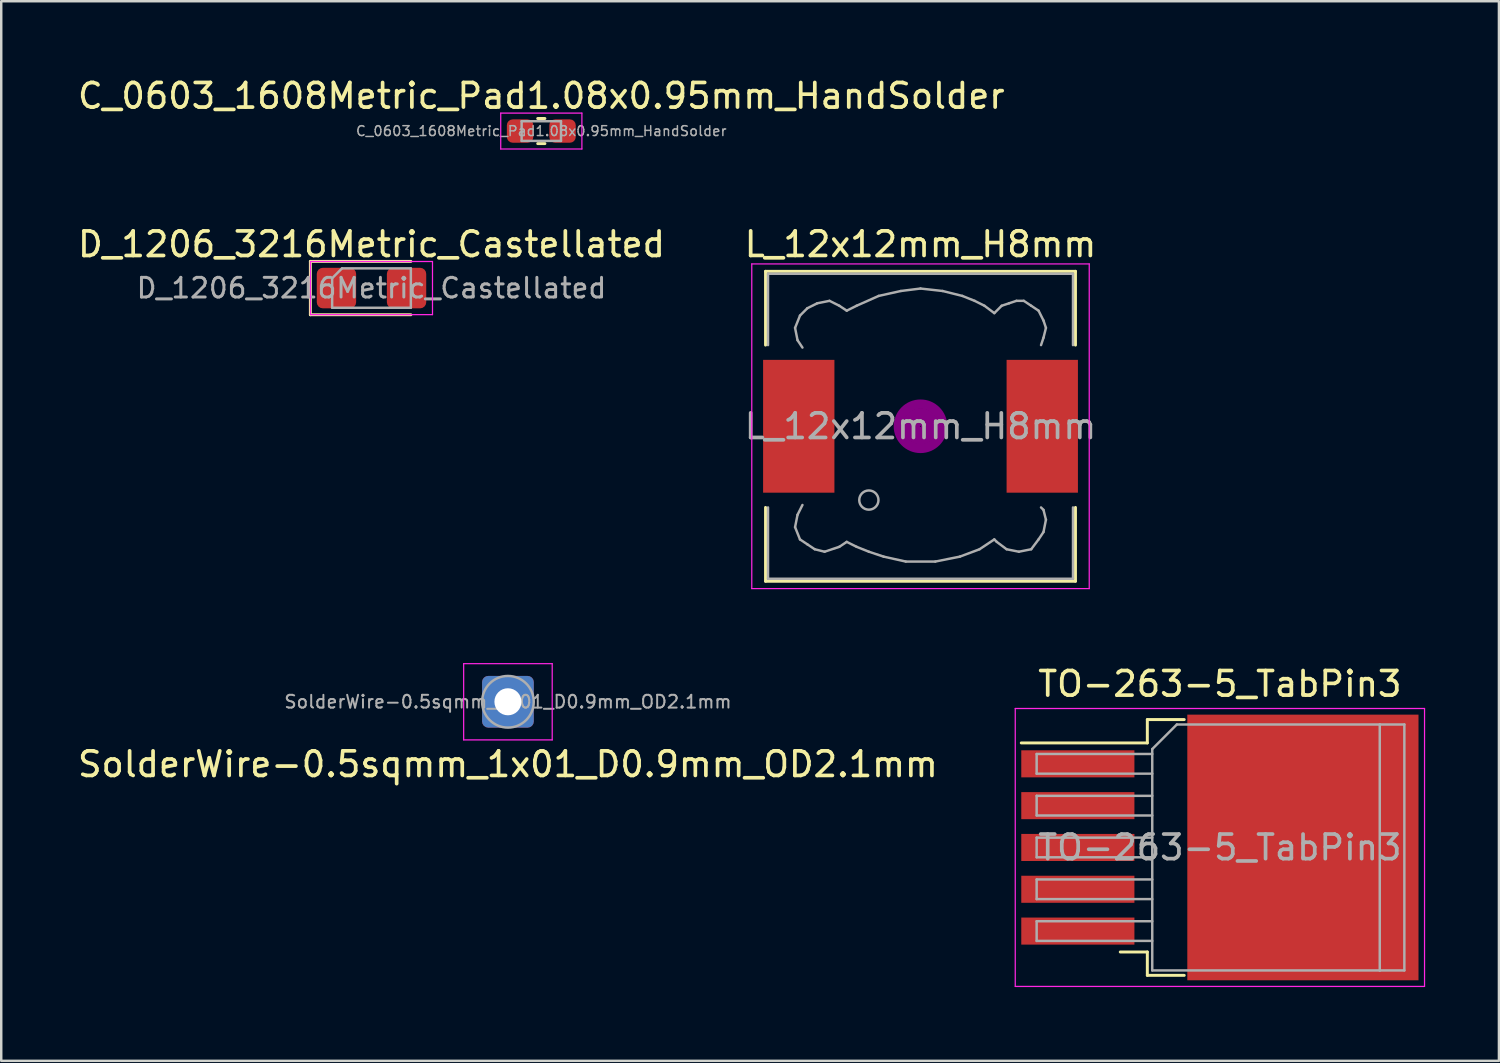
<source format=kicad_pcb>
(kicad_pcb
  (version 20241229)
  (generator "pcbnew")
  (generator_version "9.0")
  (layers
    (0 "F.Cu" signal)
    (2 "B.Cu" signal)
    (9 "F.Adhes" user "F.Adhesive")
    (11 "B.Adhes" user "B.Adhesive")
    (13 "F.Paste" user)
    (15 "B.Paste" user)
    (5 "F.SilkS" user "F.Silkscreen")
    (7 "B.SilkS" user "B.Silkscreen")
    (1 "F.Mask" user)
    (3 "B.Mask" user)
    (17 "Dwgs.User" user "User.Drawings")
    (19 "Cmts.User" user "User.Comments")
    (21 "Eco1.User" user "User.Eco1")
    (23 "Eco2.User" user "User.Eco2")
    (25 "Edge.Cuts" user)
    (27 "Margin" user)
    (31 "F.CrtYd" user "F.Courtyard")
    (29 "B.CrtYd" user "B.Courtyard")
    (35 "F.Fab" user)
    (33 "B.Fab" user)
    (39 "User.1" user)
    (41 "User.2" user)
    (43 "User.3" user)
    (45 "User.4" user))
  (footprint "TO-263-5_TabPin3"
    (layer "F.Cu")
    (at 46.547 31.405)
    (property "Reference" "TO-263-5_TabPin3" (at 0 -6.65 180) (layer "F.SilkS") (effects (font (size 1 1) (thickness 0.15))))
    (attr smd)
    (fp_line (start -2.95 -5.2) (end -2.95 -4.25) (stroke (width 0.12) (type solid)) (layer "F.SilkS"))
    (fp_line (start -2.95 -4.25) (end -8.075 -4.25) (stroke (width 0.12) (type solid)) (layer "F.SilkS"))
    (fp_line (start -2.95 4.25) (end -4.05 4.25) (stroke (width 0.12) (type solid)) (layer "F.SilkS"))
    (fp_line (start -2.95 5.2) (end -2.95 4.25) (stroke (width 0.12) (type solid)) (layer "F.SilkS"))
    (fp_line (start -1.45 -5.2) (end -2.95 -5.2) (stroke (width 0.12) (type solid)) (layer "F.SilkS"))
    (fp_line (start -1.45 5.2) (end -2.95 5.2) (stroke (width 0.12) (type solid)) (layer "F.SilkS"))
    (fp_line (start -8.32 -5.65) (end -8.32 5.65) (stroke (width 0.05) (type solid)) (layer "F.CrtYd"))
    (fp_line (start -8.32 5.65) (end 8.32 5.65) (stroke (width 0.05) (type solid)) (layer "F.CrtYd"))
    (fp_line (start 8.32 -5.65) (end -8.32 -5.65) (stroke (width 0.05) (type solid)) (layer "F.CrtYd"))
    (fp_line (start 8.32 5.65) (end 8.32 -5.65) (stroke (width 0.05) (type solid)) (layer "F.CrtYd"))
    (fp_line (start -7.45 -3.8) (end -7.45 -3) (stroke (width 0.1) (type solid)) (layer "F.Fab"))
    (fp_line (start -7.45 -3) (end -2.75 -3) (stroke (width 0.1) (type solid)) (layer "F.Fab"))
    (fp_line (start -7.45 -2.1) (end -7.45 -1.3) (stroke (width 0.1) (type solid)) (layer "F.Fab"))
    (fp_line (start -7.45 -1.3) (end -2.75 -1.3) (stroke (width 0.1) (type solid)) (layer "F.Fab"))
    (fp_line (start -7.45 -0.4) (end -7.45 0.4) (stroke (width 0.1) (type solid)) (layer "F.Fab"))
    (fp_line (start -7.45 0.4) (end -2.75 0.4) (stroke (width 0.1) (type solid)) (layer "F.Fab"))
    (fp_line (start -7.45 1.3) (end -7.45 2.1) (stroke (width 0.1) (type solid)) (layer "F.Fab"))
    (fp_line (start -7.45 2.1) (end -2.75 2.1) (stroke (width 0.1) (type solid)) (layer "F.Fab"))
    (fp_line (start -7.45 3) (end -7.45 3.8) (stroke (width 0.1) (type solid)) (layer "F.Fab"))
    (fp_line (start -7.45 3.8) (end -2.75 3.8) (stroke (width 0.1) (type solid)) (layer "F.Fab"))
    (fp_line (start -2.75 -4) (end -1.75 -5) (stroke (width 0.1) (type solid)) (layer "F.Fab"))
    (fp_line (start -2.75 -3.8) (end -7.45 -3.8) (stroke (width 0.1) (type solid)) (layer "F.Fab"))
    (fp_line (start -2.75 -2.1) (end -7.45 -2.1) (stroke (width 0.1) (type solid)) (layer "F.Fab"))
    (fp_line (start -2.75 -0.4) (end -7.45 -0.4) (stroke (width 0.1) (type solid)) (layer "F.Fab"))
    (fp_line (start -2.75 1.3) (end -7.45 1.3) (stroke (width 0.1) (type solid)) (layer "F.Fab"))
    (fp_line (start -2.75 3) (end -7.45 3) (stroke (width 0.1) (type solid)) (layer "F.Fab"))
    (fp_line (start -2.75 5) (end -2.75 -4) (stroke (width 0.1) (type solid)) (layer "F.Fab"))
    (fp_line (start -1.75 -5) (end 6.5 -5) (stroke (width 0.1) (type solid)) (layer "F.Fab"))
    (fp_line (start 6.5 -5) (end 6.5 5) (stroke (width 0.1) (type solid)) (layer "F.Fab"))
    (fp_line (start 6.5 -5) (end 7.5 -5) (stroke (width 0.1) (type solid)) (layer "F.Fab"))
    (fp_line (start 6.5 5) (end -2.75 5) (stroke (width 0.1) (type solid)) (layer "F.Fab"))
    (fp_line (start 7.5 -5) (end 7.5 5) (stroke (width 0.1) (type solid)) (layer "F.Fab"))
    (fp_line (start 7.5 5) (end 6.5 5) (stroke (width 0.1) (type solid)) (layer "F.Fab"))
    (fp_text user "${REFERENCE}" (at 0 0 180) (layer "F.Fab") (effects (font (size 1 1) (thickness 0.15))))
    (pad "" smd rect (at 0.95 -2.775) (size 4.55 5.25) (layers "F.Paste"))
    (pad "" smd rect (at 0.95 2.775) (size 4.55 5.25) (layers "F.Paste"))
    (pad "" smd rect (at 5.8 -2.775) (size 4.55 5.25) (layers "F.Paste"))
    (pad "" smd rect (at 5.8 2.775) (size 4.55 5.25) (layers "F.Paste"))
    (pad "1" smd rect (at -5.775 -3.4) (size 4.6 1.1) (layers "F.Cu" "F.Mask" "F.Paste"))
    (pad "2" smd rect (at -5.775 -1.7) (size 4.6 1.1) (layers "F.Cu" "F.Mask" "F.Paste"))
    (pad "3" smd rect (at -5.775 0) (size 4.6 1.1) (layers "F.Cu" "F.Mask" "F.Paste"))
    (pad "3" smd rect (at 3.375 0) (size 9.4 10.8) (layers "F.Cu" "F.Mask"))
    (pad "4" smd rect (at -5.775 1.7) (size 4.6 1.1) (layers "F.Cu" "F.Mask" "F.Paste"))
    (pad "5" smd rect (at -5.775 3.4) (size 4.6 1.1) (layers "F.Cu" "F.Mask" "F.Paste")))
  (footprint "SolderWire-0.5sqmm_1x01_D0.9mm_OD2.1mm"
    (layer "F.Cu")
    (at 17.601 25.482)
    (property "Reference" "SolderWire-0.5sqmm_1x01_D0.9mm_OD2.1mm" (at 0 2.54 0) (layer "F.SilkS") (effects (font (size 1 1) (thickness 0.15))))
    (attr exclude_from_pos_files exclude_from_bom)
    (fp_line (start -1.8 -1.55) (end -1.8 1.55) (stroke (width 0.05) (type solid)) (layer "F.CrtYd"))
    (fp_line (start -1.8 1.55) (end 1.8 1.55) (stroke (width 0.05) (type solid)) (layer "F.CrtYd"))
    (fp_line (start 1.8 -1.55) (end -1.8 -1.55) (stroke (width 0.05) (type solid)) (layer "F.CrtYd"))
    (fp_line (start 1.8 1.55) (end 1.8 -1.55) (stroke (width 0.05) (type solid)) (layer "F.CrtYd"))
    (fp_circle (center 0 0) (end 1.05 0) (stroke (width 0.1) (type solid)) (fill no) (layer "F.Fab"))
    (fp_text user "${REFERENCE}" (at 0 0 0) (layer "F.Fab") (effects (font (size 0.52 0.52) (thickness 0.08))))
    (pad "1" thru_hole roundrect (at 0 0) (size 2.1 2.1) (drill 1.1) (layers "*.Cu" "*.Mask") (roundrect_rratio 0.119)))
  (footprint "C_0603_1608Metric_Pad1.08x0.95mm_HandSolder"
    (layer "F.Cu")
    (at 18.958 2.278)
    (property "Reference" "C_0603_1608Metric_Pad1.08x0.95mm_HandSolder" (at 0 -1.43 0) (layer "F.SilkS") (effects (font (size 1 1) (thickness 0.15))))
    (attr smd)
    (fp_line (start -0.146 -0.51) (end 0.146 -0.51) (stroke (width 0.12) (type solid)) (layer "F.SilkS"))
    (fp_line (start -0.146 0.51) (end 0.146 0.51) (stroke (width 0.12) (type solid)) (layer "F.SilkS"))
    (fp_line (start -1.65 -0.73) (end 1.65 -0.73) (stroke (width 0.05) (type solid)) (layer "F.CrtYd"))
    (fp_line (start -1.65 0.73) (end -1.65 -0.73) (stroke (width 0.05) (type solid)) (layer "F.CrtYd"))
    (fp_line (start 1.65 -0.73) (end 1.65 0.73) (stroke (width 0.05) (type solid)) (layer "F.CrtYd"))
    (fp_line (start 1.65 0.73) (end -1.65 0.73) (stroke (width 0.05) (type solid)) (layer "F.CrtYd"))
    (fp_line (start -0.8 -0.4) (end 0.8 -0.4) (stroke (width 0.1) (type solid)) (layer "F.Fab"))
    (fp_line (start -0.8 0.4) (end -0.8 -0.4) (stroke (width 0.1) (type solid)) (layer "F.Fab"))
    (fp_line (start 0.8 -0.4) (end 0.8 0.4) (stroke (width 0.1) (type solid)) (layer "F.Fab"))
    (fp_line (start 0.8 0.4) (end -0.8 0.4) (stroke (width 0.1) (type solid)) (layer "F.Fab"))
    (fp_text user "${REFERENCE}" (at 0 0 0) (layer "F.Fab") (effects (font (size 0.4 0.4) (thickness 0.06))))
    (pad "1" smd roundrect (at -0.863 0) (size 1.075 0.95) (layers "F.Cu" "F.Mask" "F.Paste") (roundrect_rratio 0.25))
    (pad "2" smd roundrect (at 0.863 0) (size 1.075 0.95) (layers "F.Cu" "F.Mask" "F.Paste") (roundrect_rratio 0.25)))
  (footprint "L_12x12mm_H8mm"
    (layer "F.Cu")
    (at 34.375 14.281)
    (property "Reference" "L_12x12mm_H8mm" (at 0 -7.4 0) (layer "F.SilkS") (effects (font (size 1 1) (thickness 0.15))))
    (attr smd)
    (fp_line (start -6.3 -6.3) (end 6.3 -6.3) (stroke (width 0.12) (type solid)) (layer "F.SilkS"))
    (fp_line (start -6.3 -3.3) (end -6.3 -6.3) (stroke (width 0.12) (type solid)) (layer "F.SilkS"))
    (fp_line (start -6.3 6.3) (end -6.3 3.3) (stroke (width 0.12) (type solid)) (layer "F.SilkS"))
    (fp_line (start 6.3 -6.3) (end 6.3 -3.3) (stroke (width 0.12) (type solid)) (layer "F.SilkS"))
    (fp_line (start 6.3 3.3) (end 6.3 6.3) (stroke (width 0.12) (type solid)) (layer "F.SilkS"))
    (fp_line (start 6.3 6.3) (end -6.3 6.3) (stroke (width 0.12) (type solid)) (layer "F.SilkS"))
    (fp_circle (center 0 0) (end 0.15 0.15) (stroke (width 0.38) (type solid)) (fill no) (layer "F.Adhes"))
    (fp_circle (center 0 0) (end 0.55 0) (stroke (width 0.38) (type solid)) (fill no) (layer "F.Adhes"))
    (fp_circle (center 0 0) (end 0.9 0) (stroke (width 0.38) (type solid)) (fill no) (layer "F.Adhes"))
    (fp_line (start -6.86 -6.6) (end 6.86 -6.6) (stroke (width 0.05) (type solid)) (layer "F.CrtYd"))
    (fp_line (start -6.86 6.6) (end -6.86 -6.6) (stroke (width 0.05) (type solid)) (layer "F.CrtYd"))
    (fp_line (start 6.86 -6.6) (end 6.86 6.6) (stroke (width 0.05) (type solid)) (layer "F.CrtYd"))
    (fp_line (start 6.86 6.6) (end -6.86 6.6) (stroke (width 0.05) (type solid)) (layer "F.CrtYd"))
    (fp_line (start -6.2 -6.2) (end -6.2 -3.3) (stroke (width 0.1) (type solid)) (layer "F.Fab"))
    (fp_line (start -6.2 3.3) (end -6.2 6.2) (stroke (width 0.1) (type solid)) (layer "F.Fab"))
    (fp_line (start -6.2 6.2) (end 6.2 6.2) (stroke (width 0.1) (type solid)) (layer "F.Fab"))
    (fp_line (start -5.1 -4) (end -5 -3.5) (stroke (width 0.1) (type solid)) (layer "F.Fab"))
    (fp_line (start -5.1 4.1) (end -5 3.6) (stroke (width 0.1) (type solid)) (layer "F.Fab"))
    (fp_line (start -5 -3.5) (end -4.8 -3.2) (stroke (width 0.1) (type solid)) (layer "F.Fab"))
    (fp_line (start -5 3.6) (end -4.8 3.2) (stroke (width 0.1) (type solid)) (layer "F.Fab"))
    (fp_line (start -4.9 -4.5) (end -5.1 -4) (stroke (width 0.1) (type solid)) (layer "F.Fab"))
    (fp_line (start -4.9 4.6) (end -5.1 4.1) (stroke (width 0.1) (type solid)) (layer "F.Fab"))
    (fp_line (start -4.6 -4.8) (end -4.9 -4.5) (stroke (width 0.1) (type solid)) (layer "F.Fab"))
    (fp_line (start -4.6 4.8) (end -4.9 4.6) (stroke (width 0.1) (type solid)) (layer "F.Fab"))
    (fp_line (start -4.3 5) (end -4.6 4.8) (stroke (width 0.1) (type solid)) (layer "F.Fab"))
    (fp_line (start -4.2 -5) (end -4.6 -4.8) (stroke (width 0.1) (type solid)) (layer "F.Fab"))
    (fp_line (start -3.9 5.1) (end -4.3 5) (stroke (width 0.1) (type solid)) (layer "F.Fab"))
    (fp_line (start -3.7 -5.1) (end -4.2 -5) (stroke (width 0.1) (type solid)) (layer "F.Fab"))
    (fp_line (start -3.3 -4.9) (end -3.7 -5.1) (stroke (width 0.1) (type solid)) (layer "F.Fab"))
    (fp_line (start -3.3 4.9) (end -3.9 5.1) (stroke (width 0.1) (type solid)) (layer "F.Fab"))
    (fp_line (start -3 -4.7) (end -3.3 -4.9) (stroke (width 0.1) (type solid)) (layer "F.Fab"))
    (fp_line (start -3 4.7) (end -3.3 4.9) (stroke (width 0.1) (type solid)) (layer "F.Fab"))
    (fp_line (start -2.6 -4.9) (end -3 -4.7) (stroke (width 0.1) (type solid)) (layer "F.Fab"))
    (fp_line (start -2.6 4.9) (end -3 4.7) (stroke (width 0.1) (type solid)) (layer "F.Fab"))
    (fp_line (start -2.1 5.1) (end -2.6 4.9) (stroke (width 0.1) (type solid)) (layer "F.Fab"))
    (fp_line (start -1.7 -5.3) (end -2.6 -4.9) (stroke (width 0.1) (type solid)) (layer "F.Fab"))
    (fp_line (start -1.5 5.3) (end -2.1 5.1) (stroke (width 0.1) (type solid)) (layer "F.Fab"))
    (fp_line (start -0.8 -5.5) (end -1.7 -5.3) (stroke (width 0.1) (type solid)) (layer "F.Fab"))
    (fp_line (start -0.6 5.5) (end -1.5 5.3) (stroke (width 0.1) (type solid)) (layer "F.Fab"))
    (fp_line (start 0 -5.6) (end -0.8 -5.5) (stroke (width 0.1) (type solid)) (layer "F.Fab"))
    (fp_line (start 0.6 5.5) (end -0.6 5.5) (stroke (width 0.1) (type solid)) (layer "F.Fab"))
    (fp_line (start 0.9 -5.5) (end 0 -5.6) (stroke (width 0.1) (type solid)) (layer "F.Fab"))
    (fp_line (start 1.6 5.3) (end 0.6 5.5) (stroke (width 0.1) (type solid)) (layer "F.Fab"))
    (fp_line (start 1.7 -5.3) (end 0.9 -5.5) (stroke (width 0.1) (type solid)) (layer "F.Fab"))
    (fp_line (start 2.2 -5.1) (end 1.7 -5.3) (stroke (width 0.1) (type solid)) (layer "F.Fab"))
    (fp_line (start 2.4 5) (end 1.6 5.3) (stroke (width 0.1) (type solid)) (layer "F.Fab"))
    (fp_line (start 2.6 -4.9) (end 2.2 -5.1) (stroke (width 0.1) (type solid)) (layer "F.Fab"))
    (fp_line (start 3 -4.6) (end 2.6 -4.9) (stroke (width 0.1) (type solid)) (layer "F.Fab"))
    (fp_line (start 3 4.6) (end 2.4 5) (stroke (width 0.1) (type solid)) (layer "F.Fab"))
    (fp_line (start 3.1 4.7) (end 3 4.6) (stroke (width 0.1) (type solid)) (layer "F.Fab"))
    (fp_line (start 3.3 -4.9) (end 3 -4.6) (stroke (width 0.1) (type solid)) (layer "F.Fab"))
    (fp_line (start 3.5 5) (end 3.1 4.7) (stroke (width 0.1) (type solid)) (layer "F.Fab"))
    (fp_line (start 3.6 -5) (end 3.3 -4.9) (stroke (width 0.1) (type solid)) (layer "F.Fab"))
    (fp_line (start 3.9 -5.1) (end 3.6 -5) (stroke (width 0.1) (type solid)) (layer "F.Fab"))
    (fp_line (start 4 5.1) (end 3.5 5) (stroke (width 0.1) (type solid)) (layer "F.Fab"))
    (fp_line (start 4.2 -5.1) (end 3.9 -5.1) (stroke (width 0.1) (type solid)) (layer "F.Fab"))
    (fp_line (start 4.5 -4.9) (end 4.2 -5.1) (stroke (width 0.1) (type solid)) (layer "F.Fab"))
    (fp_line (start 4.5 5) (end 4 5.1) (stroke (width 0.1) (type solid)) (layer "F.Fab"))
    (fp_line (start 4.8 -4.7) (end 4.5 -4.9) (stroke (width 0.1) (type solid)) (layer "F.Fab"))
    (fp_line (start 4.8 4.6) (end 4.5 5) (stroke (width 0.1) (type solid)) (layer "F.Fab"))
    (fp_line (start 4.9 -3.3) (end 5 -3.6) (stroke (width 0.1) (type solid)) (layer "F.Fab"))
    (fp_line (start 4.9 3.3) (end 5 3.4) (stroke (width 0.1) (type solid)) (layer "F.Fab"))
    (fp_line (start 5 -4.3) (end 4.8 -4.7) (stroke (width 0.1) (type solid)) (layer "F.Fab"))
    (fp_line (start 5 -3.6) (end 5.1 -4) (stroke (width 0.1) (type solid)) (layer "F.Fab"))
    (fp_line (start 5 3.4) (end 5.1 3.8) (stroke (width 0.1) (type solid)) (layer "F.Fab"))
    (fp_line (start 5 4.3) (end 4.8 4.6) (stroke (width 0.1) (type solid)) (layer "F.Fab"))
    (fp_line (start 5.1 -4) (end 5 -4.3) (stroke (width 0.1) (type solid)) (layer "F.Fab"))
    (fp_line (start 5.1 3.8) (end 5 4.3) (stroke (width 0.1) (type solid)) (layer "F.Fab"))
    (fp_line (start 6.2 -6.2) (end -6.2 -6.2) (stroke (width 0.1) (type solid)) (layer "F.Fab"))
    (fp_line (start 6.2 -6.2) (end 6.2 -3.3) (stroke (width 0.1) (type solid)) (layer "F.Fab"))
    (fp_line (start 6.2 6.2) (end 6.2 3.3) (stroke (width 0.1) (type solid)) (layer "F.Fab"))
    (fp_circle (center -2.1 3) (end -1.8 3.25) (stroke (width 0.1) (type solid)) (fill no) (layer "F.Fab"))
    (fp_text user "${REFERENCE}" (at 0 0 0) (layer "F.Fab") (effects (font (size 1 1) (thickness 0.15))))
    (pad "1" smd rect (at -4.95 0) (size 2.9 5.4) (layers "F.Cu" "F.Mask" "F.Paste"))
    (pad "2" smd rect (at 4.95 0) (size 2.9 5.4) (layers "F.Cu" "F.Mask" "F.Paste")))
  (footprint "D_1206_3216Metric_Castellated"
    (layer "F.Cu")
    (at 12.054 8.662)
    (property "Reference" "D_1206_3216Metric_Castellated" (at 0 -1.78 0) (layer "F.SilkS") (effects (font (size 1 1) (thickness 0.15))))
    (attr smd)
    (fp_line (start -2.485 -1.085) (end -2.485 1.085) (stroke (width 0.12) (type solid)) (layer "F.SilkS"))
    (fp_line (start -2.485 1.085) (end 1.6 1.085) (stroke (width 0.12) (type solid)) (layer "F.SilkS"))
    (fp_line (start 1.6 -1.085) (end -2.485 -1.085) (stroke (width 0.12) (type solid)) (layer "F.SilkS"))
    (fp_line (start -2.48 -1.08) (end 2.48 -1.08) (stroke (width 0.05) (type solid)) (layer "F.CrtYd"))
    (fp_line (start -2.48 1.08) (end -2.48 -1.08) (stroke (width 0.05) (type solid)) (layer "F.CrtYd"))
    (fp_line (start 2.48 -1.08) (end 2.48 1.08) (stroke (width 0.05) (type solid)) (layer "F.CrtYd"))
    (fp_line (start 2.48 1.08) (end -2.48 1.08) (stroke (width 0.05) (type solid)) (layer "F.CrtYd"))
    (fp_line (start -1.6 -0.4) (end -1.6 0.8) (stroke (width 0.1) (type solid)) (layer "F.Fab"))
    (fp_line (start -1.6 0.8) (end 1.6 0.8) (stroke (width 0.1) (type solid)) (layer "F.Fab"))
    (fp_line (start -1.2 -0.8) (end -1.6 -0.4) (stroke (width 0.1) (type solid)) (layer "F.Fab"))
    (fp_line (start 1.6 -0.8) (end -1.2 -0.8) (stroke (width 0.1) (type solid)) (layer "F.Fab"))
    (fp_line (start 1.6 0.8) (end 1.6 -0.8) (stroke (width 0.1) (type solid)) (layer "F.Fab"))
    (fp_text user "${REFERENCE}" (at 0 0 0) (layer "F.Fab") (effects (font (size 0.8 0.8) (thickness 0.12))))
    (pad "1" smd roundrect (at -1.425 0) (size 1.6 1.65) (layers "F.Cu" "F.Mask" "F.Paste") (roundrect_rratio 0.156))
    (pad "2" smd roundrect (at 1.425 0) (size 1.6 1.65) (layers "F.Cu" "F.Mask" "F.Paste") (roundrect_rratio 0.156)))
  (gr_rect
    (start -3 -3)
    (end 57.892 40.08)
    (stroke (width 0.1) (type default))
    (fill no)
    (layer "Edge.Cuts")))
</source>
